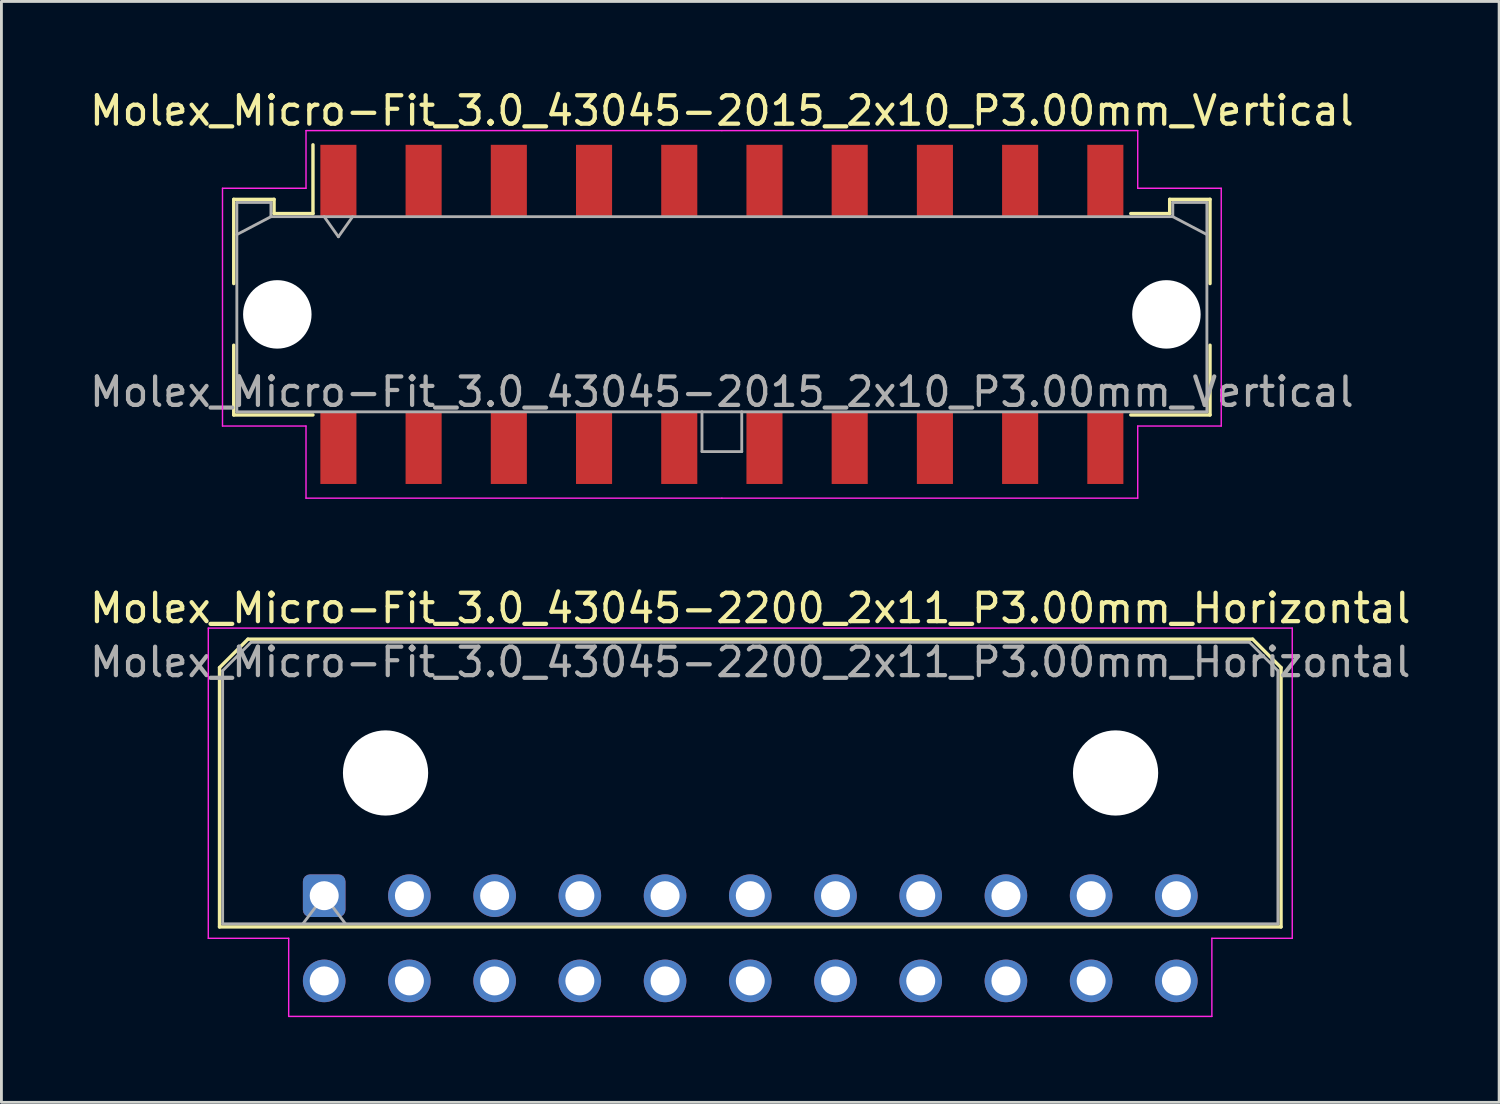
<source format=kicad_pcb>
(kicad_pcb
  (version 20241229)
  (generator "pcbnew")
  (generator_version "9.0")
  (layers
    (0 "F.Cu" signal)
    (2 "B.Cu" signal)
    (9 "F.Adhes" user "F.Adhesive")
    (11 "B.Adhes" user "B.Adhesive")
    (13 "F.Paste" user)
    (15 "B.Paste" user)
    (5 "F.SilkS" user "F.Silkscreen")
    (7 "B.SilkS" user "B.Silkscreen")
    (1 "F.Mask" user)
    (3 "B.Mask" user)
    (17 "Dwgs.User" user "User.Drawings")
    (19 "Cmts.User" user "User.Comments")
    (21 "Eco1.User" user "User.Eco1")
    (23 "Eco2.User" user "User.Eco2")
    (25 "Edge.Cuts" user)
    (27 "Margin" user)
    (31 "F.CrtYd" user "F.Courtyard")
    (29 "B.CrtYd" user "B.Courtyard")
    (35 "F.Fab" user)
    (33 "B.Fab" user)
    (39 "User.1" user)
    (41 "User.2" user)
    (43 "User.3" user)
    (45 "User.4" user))
  (footprint "Molex_Micro-Fit_3.0_43045-2200_2x11_P3.00mm_Horizontal"
    (layer "F.Cu")
    (at 8.363 28.482)
    (property "Reference" "Molex_Micro-Fit_3.0_43045-2200_2x11_P3.00mm_Horizontal" (at 15 -10.12 0) (layer "F.SilkS") (effects (font (size 1 1) (thickness 0.15))))
    (attr through_hole)
    (fp_line (start -3.685 -8.03) (end -2.685 -9.03) (stroke (width 0.12) (type solid)) (layer "F.SilkS"))
    (fp_line (start -3.685 1.1) (end -3.685 -8.03) (stroke (width 0.12) (type solid)) (layer "F.SilkS"))
    (fp_line (start -2.685 -9.03) (end 32.685 -9.03) (stroke (width 0.12) (type solid)) (layer "F.SilkS"))
    (fp_line (start 32.685 -9.03) (end 33.685 -8.03) (stroke (width 0.12) (type solid)) (layer "F.SilkS"))
    (fp_line (start 33.685 -8.03) (end 33.685 1.1) (stroke (width 0.12) (type solid)) (layer "F.SilkS"))
    (fp_line (start 33.685 1.1) (end -3.685 1.1) (stroke (width 0.12) (type solid)) (layer "F.SilkS"))
    (fp_line (start -4.08 -9.42) (end 34.08 -9.42) (stroke (width 0.05) (type solid)) (layer "F.CrtYd"))
    (fp_line (start -4.08 1.5) (end -4.08 -9.42) (stroke (width 0.05) (type solid)) (layer "F.CrtYd"))
    (fp_line (start -1.25 1.5) (end -4.08 1.5) (stroke (width 0.05) (type solid)) (layer "F.CrtYd"))
    (fp_line (start -1.25 4.25) (end -1.25 1.5) (stroke (width 0.05) (type solid)) (layer "F.CrtYd"))
    (fp_line (start 31.25 1.5) (end 31.25 4.25) (stroke (width 0.05) (type solid)) (layer "F.CrtYd"))
    (fp_line (start 31.25 4.25) (end -1.25 4.25) (stroke (width 0.05) (type solid)) (layer "F.CrtYd"))
    (fp_line (start 34.08 -9.42) (end 34.08 1.5) (stroke (width 0.05) (type solid)) (layer "F.CrtYd"))
    (fp_line (start 34.08 1.5) (end 31.25 1.5) (stroke (width 0.05) (type solid)) (layer "F.CrtYd"))
    (fp_line (start -3.575 -7.92) (end -2.575 -8.92) (stroke (width 0.1) (type solid)) (layer "F.Fab"))
    (fp_line (start -3.575 0.99) (end -3.575 -7.92) (stroke (width 0.1) (type solid)) (layer "F.Fab"))
    (fp_line (start -2.575 -8.92) (end 32.575 -8.92) (stroke (width 0.1) (type solid)) (layer "F.Fab"))
    (fp_line (start -0.75 0.99) (end 0 0) (stroke (width 0.1) (type solid)) (layer "F.Fab"))
    (fp_line (start 0 0) (end 0.75 0.99) (stroke (width 0.1) (type solid)) (layer "F.Fab"))
    (fp_line (start 32.575 -8.92) (end 33.575 -7.92) (stroke (width 0.1) (type solid)) (layer "F.Fab"))
    (fp_line (start 33.575 -7.92) (end 33.575 0.99) (stroke (width 0.1) (type solid)) (layer "F.Fab"))
    (fp_line (start 33.575 0.99) (end -3.575 0.99) (stroke (width 0.1) (type solid)) (layer "F.Fab"))
    (fp_text user "${REFERENCE}" (at 15 -8.22 0) (layer "F.Fab") (effects (font (size 1 1) (thickness 0.15))))
    (pad "" np_thru_hole circle (at 2.16 -4.32) (size 3 3) (drill 3) (layers "*.Cu" "*.Mask"))
    (pad "" np_thru_hole circle (at 27.86 -4.32) (size 3 3) (drill 3) (layers "*.Cu" "*.Mask"))
    (pad "1" thru_hole roundrect (at 0 0) (size 1.5 1.5) (drill 1.02) (layers "*.Cu" "*.Mask") (roundrect_rratio 0.167))
    (pad "2" thru_hole circle (at 3 0) (size 1.5 1.5) (drill 1.02) (layers "*.Cu" "*.Mask"))
    (pad "3" thru_hole circle (at 6 0) (size 1.5 1.5) (drill 1.02) (layers "*.Cu" "*.Mask"))
    (pad "4" thru_hole circle (at 9 0) (size 1.5 1.5) (drill 1.02) (layers "*.Cu" "*.Mask"))
    (pad "5" thru_hole circle (at 12 0) (size 1.5 1.5) (drill 1.02) (layers "*.Cu" "*.Mask"))
    (pad "6" thru_hole circle (at 15 0) (size 1.5 1.5) (drill 1.02) (layers "*.Cu" "*.Mask"))
    (pad "7" thru_hole circle (at 18 0) (size 1.5 1.5) (drill 1.02) (layers "*.Cu" "*.Mask"))
    (pad "8" thru_hole circle (at 21 0) (size 1.5 1.5) (drill 1.02) (layers "*.Cu" "*.Mask"))
    (pad "9" thru_hole circle (at 24 0) (size 1.5 1.5) (drill 1.02) (layers "*.Cu" "*.Mask"))
    (pad "10" thru_hole circle (at 27 0) (size 1.5 1.5) (drill 1.02) (layers "*.Cu" "*.Mask"))
    (pad "11" thru_hole circle (at 30 0) (size 1.5 1.5) (drill 1.02) (layers "*.Cu" "*.Mask"))
    (pad "12" thru_hole circle (at 0 3) (size 1.5 1.5) (drill 1.02) (layers "*.Cu" "*.Mask"))
    (pad "13" thru_hole circle (at 3 3) (size 1.5 1.5) (drill 1.02) (layers "*.Cu" "*.Mask"))
    (pad "14" thru_hole circle (at 6 3) (size 1.5 1.5) (drill 1.02) (layers "*.Cu" "*.Mask"))
    (pad "15" thru_hole circle (at 9 3) (size 1.5 1.5) (drill 1.02) (layers "*.Cu" "*.Mask"))
    (pad "16" thru_hole circle (at 12 3) (size 1.5 1.5) (drill 1.02) (layers "*.Cu" "*.Mask"))
    (pad "17" thru_hole circle (at 15 3) (size 1.5 1.5) (drill 1.02) (layers "*.Cu" "*.Mask"))
    (pad "18" thru_hole circle (at 18 3) (size 1.5 1.5) (drill 1.02) (layers "*.Cu" "*.Mask"))
    (pad "19" thru_hole circle (at 21 3) (size 1.5 1.5) (drill 1.02) (layers "*.Cu" "*.Mask"))
    (pad "20" thru_hole circle (at 24 3) (size 1.5 1.5) (drill 1.02) (layers "*.Cu" "*.Mask"))
    (pad "21" thru_hole circle (at 27 3) (size 1.5 1.5) (drill 1.02) (layers "*.Cu" "*.Mask"))
    (pad "22" thru_hole circle (at 30 3) (size 1.5 1.5) (drill 1.02) (layers "*.Cu" "*.Mask")))
  (footprint "Molex_Micro-Fit_3.0_43045-2015_2x10_P3.00mm_Vertical"
    (layer "F.Cu")
    (at 22.363 8.018)
    (property "Reference" "Molex_Micro-Fit_3.0_43045-2015_2x10_P3.00mm_Vertical" (at 0 -7.17 0) (layer "F.SilkS") (effects (font (size 1 1) (thickness 0.15))))
    (attr smd)
    (fp_line (start -17.185 -4.05) (end -15.765 -4.05) (stroke (width 0.12) (type solid)) (layer "F.SilkS"))
    (fp_line (start -17.185 -1.085) (end -17.185 -4.05) (stroke (width 0.12) (type solid)) (layer "F.SilkS"))
    (fp_line (start -17.185 1.085) (end -17.185 3.54) (stroke (width 0.12) (type solid)) (layer "F.SilkS"))
    (fp_line (start -17.185 3.54) (end -14.395 3.54) (stroke (width 0.12) (type solid)) (layer "F.SilkS"))
    (fp_line (start -15.765 -4.05) (end -15.765 -3.55) (stroke (width 0.12) (type solid)) (layer "F.SilkS"))
    (fp_line (start -15.765 -3.55) (end -14.395 -3.55) (stroke (width 0.12) (type solid)) (layer "F.SilkS"))
    (fp_line (start -14.395 -3.55) (end -14.395 -5.97) (stroke (width 0.12) (type solid)) (layer "F.SilkS"))
    (fp_line (start 15.765 -4.05) (end 15.765 -3.55) (stroke (width 0.12) (type solid)) (layer "F.SilkS"))
    (fp_line (start 15.765 -3.55) (end 14.395 -3.55) (stroke (width 0.12) (type solid)) (layer "F.SilkS"))
    (fp_line (start 17.185 -4.05) (end 15.765 -4.05) (stroke (width 0.12) (type solid)) (layer "F.SilkS"))
    (fp_line (start 17.185 -1.085) (end 17.185 -4.05) (stroke (width 0.12) (type solid)) (layer "F.SilkS"))
    (fp_line (start 17.185 1.085) (end 17.185 3.54) (stroke (width 0.12) (type solid)) (layer "F.SilkS"))
    (fp_line (start 17.185 3.54) (end 14.395 3.54) (stroke (width 0.12) (type solid)) (layer "F.SilkS"))
    (fp_line (start -17.58 -4.44) (end -17.58 3.93) (stroke (width 0.05) (type solid)) (layer "F.CrtYd"))
    (fp_line (start -17.58 3.93) (end -14.64 3.93) (stroke (width 0.05) (type solid)) (layer "F.CrtYd"))
    (fp_line (start -14.64 -6.47) (end -14.64 -4.44) (stroke (width 0.05) (type solid)) (layer "F.CrtYd"))
    (fp_line (start -14.64 -4.44) (end -17.58 -4.44) (stroke (width 0.05) (type solid)) (layer "F.CrtYd"))
    (fp_line (start -14.64 3.93) (end -14.64 6.47) (stroke (width 0.05) (type solid)) (layer "F.CrtYd"))
    (fp_line (start -14.64 6.47) (end 0 6.47) (stroke (width 0.05) (type solid)) (layer "F.CrtYd"))
    (fp_line (start 0 -6.47) (end -14.64 -6.47) (stroke (width 0.05) (type solid)) (layer "F.CrtYd"))
    (fp_line (start 0 -6.47) (end 14.64 -6.47) (stroke (width 0.05) (type solid)) (layer "F.CrtYd"))
    (fp_line (start 14.64 -6.47) (end 14.64 -4.44) (stroke (width 0.05) (type solid)) (layer "F.CrtYd"))
    (fp_line (start 14.64 -4.44) (end 17.58 -4.44) (stroke (width 0.05) (type solid)) (layer "F.CrtYd"))
    (fp_line (start 14.64 3.93) (end 14.64 6.47) (stroke (width 0.05) (type solid)) (layer "F.CrtYd"))
    (fp_line (start 14.64 6.47) (end 0 6.47) (stroke (width 0.05) (type solid)) (layer "F.CrtYd"))
    (fp_line (start 17.58 -4.44) (end 17.58 3.93) (stroke (width 0.05) (type solid)) (layer "F.CrtYd"))
    (fp_line (start 17.58 3.93) (end 14.64 3.93) (stroke (width 0.05) (type solid)) (layer "F.CrtYd"))
    (fp_line (start -17.075 -3.94) (end -17.075 3.43) (stroke (width 0.1) (type solid)) (layer "F.Fab"))
    (fp_line (start -17.075 -2.81) (end -15.875 -3.44) (stroke (width 0.1) (type solid)) (layer "F.Fab"))
    (fp_line (start -17.075 3.43) (end 17.075 3.43) (stroke (width 0.1) (type solid)) (layer "F.Fab"))
    (fp_line (start -15.875 -3.94) (end -17.075 -3.94) (stroke (width 0.1) (type solid)) (layer "F.Fab"))
    (fp_line (start -15.875 -3.44) (end -15.875 -3.94) (stroke (width 0.1) (type solid)) (layer "F.Fab"))
    (fp_line (start -14 -3.44) (end -13.5 -2.733) (stroke (width 0.1) (type solid)) (layer "F.Fab"))
    (fp_line (start -13.5 -2.733) (end -13 -3.44) (stroke (width 0.1) (type solid)) (layer "F.Fab"))
    (fp_line (start -0.7 3.43) (end -0.7 4.83) (stroke (width 0.1) (type solid)) (layer "F.Fab"))
    (fp_line (start -0.7 4.83) (end 0.7 4.83) (stroke (width 0.1) (type solid)) (layer "F.Fab"))
    (fp_line (start 0.7 4.83) (end 0.7 3.43) (stroke (width 0.1) (type solid)) (layer "F.Fab"))
    (fp_line (start 15.875 -3.94) (end 15.875 -3.44) (stroke (width 0.1) (type solid)) (layer "F.Fab"))
    (fp_line (start 15.875 -3.44) (end -15.875 -3.44) (stroke (width 0.1) (type solid)) (layer "F.Fab"))
    (fp_line (start 17.075 -3.94) (end 15.875 -3.94) (stroke (width 0.1) (type solid)) (layer "F.Fab"))
    (fp_line (start 17.075 -2.81) (end 15.875 -3.44) (stroke (width 0.1) (type solid)) (layer "F.Fab"))
    (fp_line (start 17.075 3.43) (end 17.075 -3.94) (stroke (width 0.1) (type solid)) (layer "F.Fab"))
    (fp_text user "${REFERENCE}" (at 0 2.73 0) (layer "F.Fab") (effects (font (size 1 1) (thickness 0.15))))
    (pad "" np_thru_hole circle (at -15.65 0) (size 2.41 2.41) (drill 2.41) (layers "*.Cu" "*.Mask"))
    (pad "" np_thru_hole circle (at 15.65 0) (size 2.41 2.41) (drill 2.41) (layers "*.Cu" "*.Mask"))
    (pad "1" smd rect (at -13.5 -4.7) (size 1.27 2.54) (layers "F.Cu" "F.Mask" "F.Paste"))
    (pad "2" smd rect (at -10.5 -4.7) (size 1.27 2.54) (layers "F.Cu" "F.Mask" "F.Paste"))
    (pad "3" smd rect (at -7.5 -4.7) (size 1.27 2.54) (layers "F.Cu" "F.Mask" "F.Paste"))
    (pad "4" smd rect (at -4.5 -4.7) (size 1.27 2.54) (layers "F.Cu" "F.Mask" "F.Paste"))
    (pad "5" smd rect (at -1.5 -4.7) (size 1.27 2.54) (layers "F.Cu" "F.Mask" "F.Paste"))
    (pad "6" smd rect (at 1.5 -4.7) (size 1.27 2.54) (layers "F.Cu" "F.Mask" "F.Paste"))
    (pad "7" smd rect (at 4.5 -4.7) (size 1.27 2.54) (layers "F.Cu" "F.Mask" "F.Paste"))
    (pad "8" smd rect (at 7.5 -4.7) (size 1.27 2.54) (layers "F.Cu" "F.Mask" "F.Paste"))
    (pad "9" smd rect (at 10.5 -4.7) (size 1.27 2.54) (layers "F.Cu" "F.Mask" "F.Paste"))
    (pad "10" smd rect (at 13.5 -4.7) (size 1.27 2.54) (layers "F.Cu" "F.Mask" "F.Paste"))
    (pad "11" smd rect (at -13.5 4.7) (size 1.27 2.54) (layers "F.Cu" "F.Mask" "F.Paste"))
    (pad "12" smd rect (at -10.5 4.7) (size 1.27 2.54) (layers "F.Cu" "F.Mask" "F.Paste"))
    (pad "13" smd rect (at -7.5 4.7) (size 1.27 2.54) (layers "F.Cu" "F.Mask" "F.Paste"))
    (pad "14" smd rect (at -4.5 4.7) (size 1.27 2.54) (layers "F.Cu" "F.Mask" "F.Paste"))
    (pad "15" smd rect (at -1.5 4.7) (size 1.27 2.54) (layers "F.Cu" "F.Mask" "F.Paste"))
    (pad "16" smd rect (at 1.5 4.7) (size 1.27 2.54) (layers "F.Cu" "F.Mask" "F.Paste"))
    (pad "17" smd rect (at 4.5 4.7) (size 1.27 2.54) (layers "F.Cu" "F.Mask" "F.Paste"))
    (pad "18" smd rect (at 7.5 4.7) (size 1.27 2.54) (layers "F.Cu" "F.Mask" "F.Paste"))
    (pad "19" smd rect (at 10.5 4.7) (size 1.27 2.54) (layers "F.Cu" "F.Mask" "F.Paste"))
    (pad "20" smd rect (at 13.5 4.7) (size 1.27 2.54) (layers "F.Cu" "F.Mask" "F.Paste")))
  (gr_rect
    (start -3 -3)
    (end 49.726 35.757)
    (stroke (width 0.1) (type default))
    (fill no)
    (layer "Edge.Cuts")))
</source>
